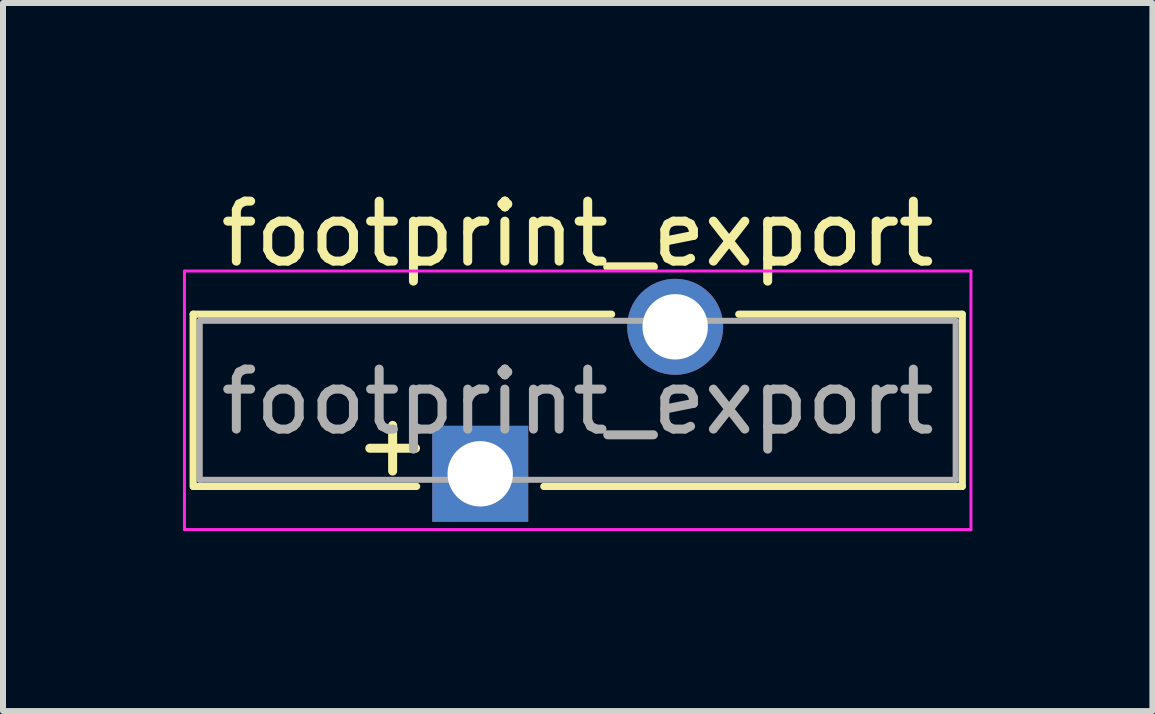
<source format=kicad_pcb>
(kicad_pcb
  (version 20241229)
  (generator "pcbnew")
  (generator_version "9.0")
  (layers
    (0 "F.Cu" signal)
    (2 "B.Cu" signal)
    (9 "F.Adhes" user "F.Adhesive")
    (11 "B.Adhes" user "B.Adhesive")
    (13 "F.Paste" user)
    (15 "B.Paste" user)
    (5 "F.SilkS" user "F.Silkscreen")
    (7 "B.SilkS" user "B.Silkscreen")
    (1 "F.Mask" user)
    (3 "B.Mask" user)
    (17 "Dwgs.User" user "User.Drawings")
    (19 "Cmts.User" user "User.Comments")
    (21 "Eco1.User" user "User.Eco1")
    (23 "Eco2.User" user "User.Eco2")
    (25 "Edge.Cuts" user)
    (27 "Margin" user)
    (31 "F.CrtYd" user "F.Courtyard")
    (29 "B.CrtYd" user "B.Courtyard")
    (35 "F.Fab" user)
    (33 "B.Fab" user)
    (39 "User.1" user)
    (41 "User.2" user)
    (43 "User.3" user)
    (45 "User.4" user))
  (footprint "footprint_export"
    (layer "F.Cu")
    (at 4.955 4.848)
    (property "Reference" "footprint_export" (at 1.625 -4 0) (layer "F.SilkS") (effects (font (size 1 1) (thickness 0.15))))
    (attr through_hole)
    (fp_line (start -4.785 -2.66) (end 2.19 -2.66) (stroke (width 0.12) (type solid)) (layer "F.SilkS"))
    (fp_line (start -4.785 0.21) (end -4.785 -2.66) (stroke (width 0.12) (type solid)) (layer "F.SilkS"))
    (fp_line (start -4.78 0.21) (end -1.06 0.21) (stroke (width 0.12) (type solid)) (layer "F.SilkS"))
    (fp_line (start 1.06 0.21) (end 8.035 0.21) (stroke (width 0.12) (type solid)) (layer "F.SilkS"))
    (fp_line (start 4.31 -2.66) (end 8.035 -2.66) (stroke (width 0.12) (type solid)) (layer "F.SilkS"))
    (fp_line (start 8.035 0.21) (end 8.035 -2.66) (stroke (width 0.12) (type solid)) (layer "F.SilkS"))
    (fp_line (start -4.93 -3.38) (end 8.18 -3.38) (stroke (width 0.05) (type solid)) (layer "F.CrtYd"))
    (fp_line (start -4.93 0.93) (end -4.93 -3.38) (stroke (width 0.05) (type solid)) (layer "F.CrtYd"))
    (fp_line (start -4.93 0.93) (end 8.18 0.93) (stroke (width 0.05) (type solid)) (layer "F.CrtYd"))
    (fp_line (start 8.18 0.93) (end 8.18 -3.38) (stroke (width 0.05) (type solid)) (layer "F.CrtYd"))
    (fp_line (start -4.675 -2.55) (end 7.925 -2.55) (stroke (width 0.1) (type solid)) (layer "F.Fab"))
    (fp_line (start -4.675 0.1) (end -4.675 -2.55) (stroke (width 0.1) (type solid)) (layer "F.Fab"))
    (fp_line (start -4.675 0.1) (end 7.925 0.1) (stroke (width 0.1) (type solid)) (layer "F.Fab"))
    (fp_line (start 7.925 0.1) (end 7.925 -2.55) (stroke (width 0.1) (type solid)) (layer "F.Fab"))
    (fp_text user "+" (at -1.46 -0.5 0) (layer "F.SilkS") (effects (font (size 1 1) (thickness 0.15))))
    (fp_text user "${REFERENCE}" (at 1.625 -1.2 180) (layer "F.Fab") (effects (font (size 1 1) (thickness 0.15))))
    (pad "1" thru_hole rect (at 0 0 90) (size 1.6 1.6) (drill 1.09) (layers "*.Cu" "*.Mask"))
    (pad "2" thru_hole circle (at 3.25 -2.45) (size 1.6 1.6) (drill 1.09) (layers "*.Cu" "*.Mask")))
  (gr_rect
    (start -3 -3)
    (end 16.16 8.803)
    (stroke (width 0.1) (type default))
    (fill no)
    (layer "Edge.Cuts")))
</source>
